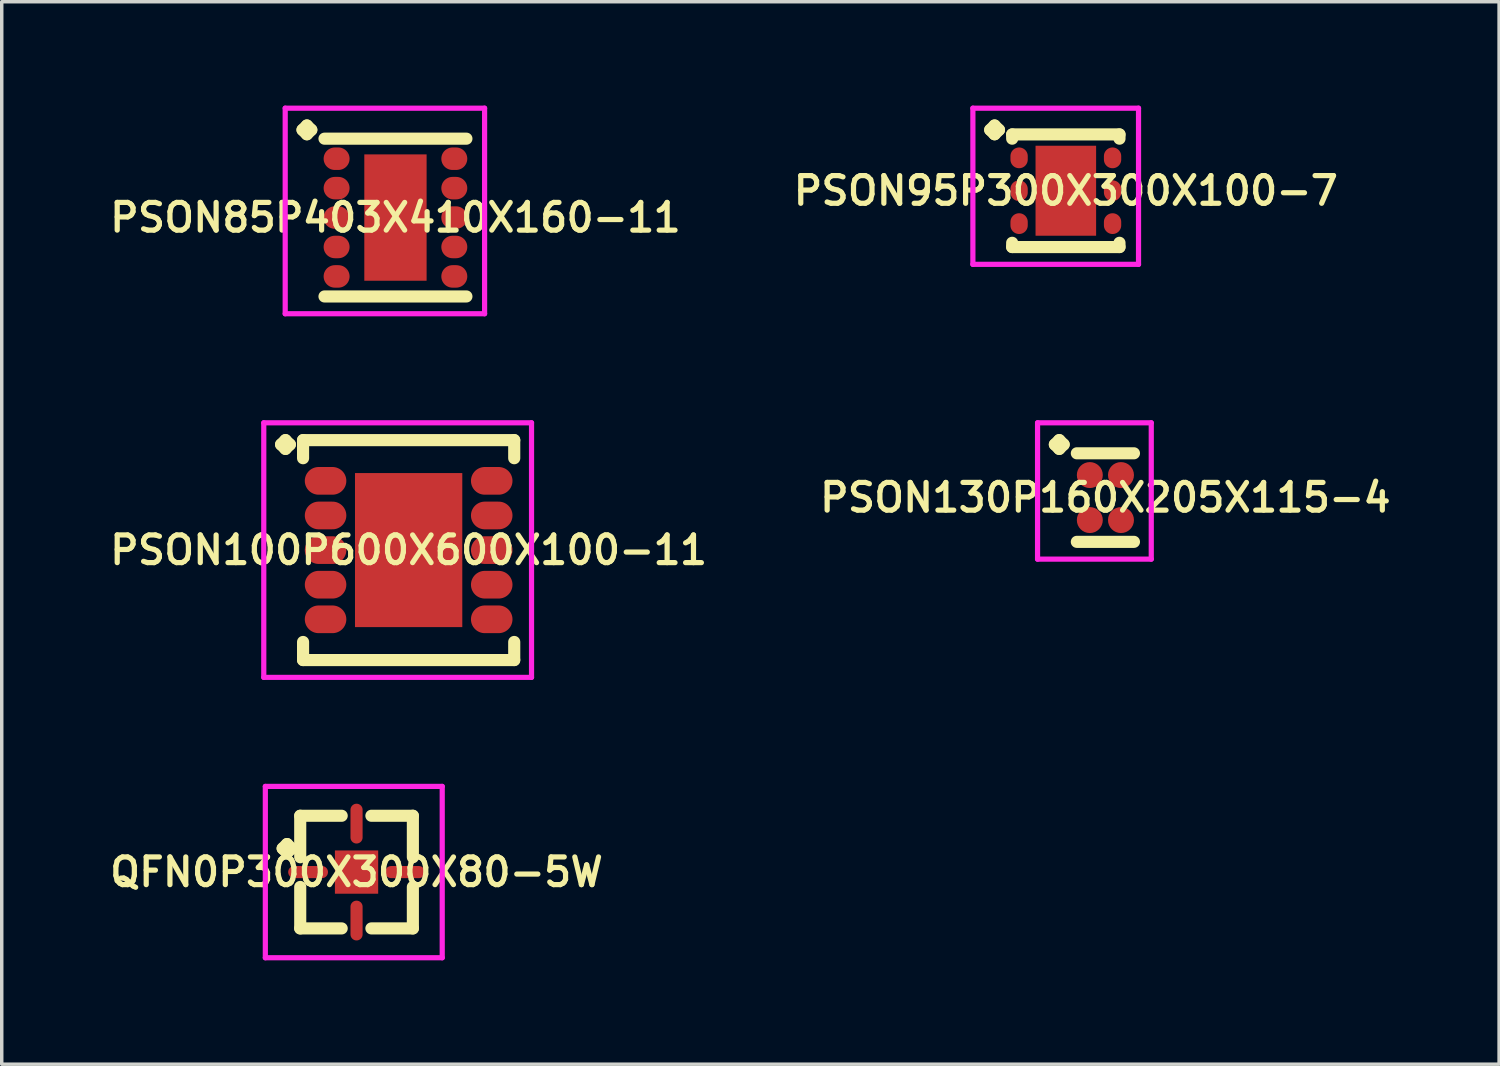
<source format=kicad_pcb>
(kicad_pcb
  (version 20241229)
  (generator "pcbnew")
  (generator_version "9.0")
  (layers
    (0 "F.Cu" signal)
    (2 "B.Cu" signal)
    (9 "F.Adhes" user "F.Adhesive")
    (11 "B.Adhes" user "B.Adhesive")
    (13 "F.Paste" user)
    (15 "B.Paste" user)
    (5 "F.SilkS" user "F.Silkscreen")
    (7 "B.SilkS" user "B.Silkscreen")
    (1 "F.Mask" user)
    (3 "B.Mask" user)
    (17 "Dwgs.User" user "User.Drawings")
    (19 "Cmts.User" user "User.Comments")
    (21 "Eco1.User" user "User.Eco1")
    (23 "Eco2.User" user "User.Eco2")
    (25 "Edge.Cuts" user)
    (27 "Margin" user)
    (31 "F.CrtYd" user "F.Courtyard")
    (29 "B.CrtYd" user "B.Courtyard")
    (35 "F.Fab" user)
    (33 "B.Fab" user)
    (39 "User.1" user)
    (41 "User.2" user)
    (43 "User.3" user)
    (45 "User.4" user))
  (footprint "PSON130P160X205X115-4"
    (layer "F.Cu")
    (at 28.883 11.324)
    (property "Reference" "PSON130P160X205X115-4" (at 0 0 0) (layer "F.SilkS") (effects (font (size 0.8 0.8) (thickness 0.15))))
    (attr smd)
    (fp_line (start -1.46 -1.533) (end -1.333 -1.66) (stroke (width 0.35) (type solid)) (layer "F.SilkS"))
    (fp_line (start -1.333 -1.66) (end -1.206 -1.533) (stroke (width 0.35) (type solid)) (layer "F.SilkS"))
    (fp_line (start -1.333 -1.406) (end -1.46 -1.533) (stroke (width 0.35) (type solid)) (layer "F.SilkS"))
    (fp_line (start -1.206 -1.533) (end -1.333 -1.406) (stroke (width 0.35) (type solid)) (layer "F.SilkS"))
    (fp_line (start -0.825 -1.279) (end 0.825 -1.279) (stroke (width 0.35) (type solid)) (layer "F.SilkS"))
    (fp_line (start -0.825 1.279) (end 0.825 1.279) (stroke (width 0.35) (type solid)) (layer "F.SilkS"))
    (fp_line (start -1.96 -2.16) (end 1.325 -2.16) (stroke (width 0.15) (type solid)) (layer "F.CrtYd"))
    (fp_line (start -1.96 1.779) (end -1.96 -2.16) (stroke (width 0.15) (type solid)) (layer "F.CrtYd"))
    (fp_line (start 1.325 -2.16) (end 1.325 1.779) (stroke (width 0.15) (type solid)) (layer "F.CrtYd"))
    (fp_line (start 1.325 1.779) (end -1.96 1.779) (stroke (width 0.15) (type solid)) (layer "F.CrtYd"))
    (pad "1" smd oval (at -0.45 -0.65) (size 0.75 0.75) (layers "F.Cu" "F.Mask" "F.Paste"))
    (pad "2" smd oval (at -0.45 0.65) (size 0.75 0.75) (layers "F.Cu" "F.Mask" "F.Paste"))
    (pad "3" smd oval (at 0.45 0.65) (size 0.75 0.75) (layers "F.Cu" "F.Mask" "F.Paste"))
    (pad "4" smd oval (at 0.45 -0.65) (size 0.75 0.75) (layers "F.Cu" "F.Mask" "F.Paste")))
  (footprint "QFN0P300X300X80-5W"
    (layer "F.Cu")
    (at 7.25 22.143)
    (property "Reference" "QFN0P300X300X80-5W" (at 0 0 0) (layer "F.SilkS") (effects (font (size 0.8 0.8) (thickness 0.15))))
    (attr smd)
    (fp_line (start -2.135 -0.683) (end -2.008 -0.81) (stroke (width 0.35) (type solid)) (layer "F.SilkS"))
    (fp_line (start -2.008 -0.81) (end -1.881 -0.683) (stroke (width 0.35) (type solid)) (layer "F.SilkS"))
    (fp_line (start -2.008 -0.556) (end -2.135 -0.683) (stroke (width 0.35) (type solid)) (layer "F.SilkS"))
    (fp_line (start -1.881 -0.683) (end -2.008 -0.556) (stroke (width 0.35) (type solid)) (layer "F.SilkS"))
    (fp_line (start -1.627 -1.627) (end -0.429 -1.627) (stroke (width 0.35) (type solid)) (layer "F.SilkS"))
    (fp_line (start -1.627 -0.429) (end -1.627 -1.627) (stroke (width 0.35) (type solid)) (layer "F.SilkS"))
    (fp_line (start -1.627 0.429) (end -1.627 1.627) (stroke (width 0.35) (type solid)) (layer "F.SilkS"))
    (fp_line (start -1.627 1.627) (end -0.429 1.627) (stroke (width 0.35) (type solid)) (layer "F.SilkS"))
    (fp_line (start 0.429 -1.627) (end 1.627 -1.627) (stroke (width 0.35) (type solid)) (layer "F.SilkS"))
    (fp_line (start 0.429 1.627) (end 1.627 1.627) (stroke (width 0.35) (type solid)) (layer "F.SilkS"))
    (fp_line (start 1.627 -1.627) (end 1.627 -0.429) (stroke (width 0.35) (type solid)) (layer "F.SilkS"))
    (fp_line (start 1.627 1.627) (end 1.627 0.429) (stroke (width 0.35) (type solid)) (layer "F.SilkS"))
    (fp_line (start -2.635 -2.475) (end 2.475 -2.475) (stroke (width 0.15) (type solid)) (layer "F.CrtYd"))
    (fp_line (start -2.635 2.475) (end -2.635 -2.475) (stroke (width 0.15) (type solid)) (layer "F.CrtYd"))
    (fp_line (start 2.475 -2.475) (end 2.475 2.475) (stroke (width 0.15) (type solid)) (layer "F.CrtYd"))
    (fp_line (start 2.475 2.475) (end -2.635 2.475) (stroke (width 0.15) (type solid)) (layer "F.CrtYd"))
    (pad "1" smd oval (at -1.4 0) (size 1.15 0.35) (layers "F.Cu" "F.Mask" "F.Paste"))
    (pad "2" smd oval (at 0 1.4) (size 0.35 1.15) (layers "F.Cu" "F.Mask" "F.Paste"))
    (pad "3" smd oval (at 1.4 0) (size 1.15 0.35) (layers "F.Cu" "F.Mask" "F.Paste"))
    (pad "4" smd oval (at 0 -1.4) (size 0.35 1.15) (layers "F.Cu" "F.Mask" "F.Paste"))
    (pad "5" smd rect (at 0 0) (size 1.25 1.25) (layers "F.Cu" "F.Mask" "F.Paste")))
  (footprint "PSON85P403X410X160-11"
    (layer "F.Cu")
    (at 8.374 3.235)
    (property "Reference" "PSON85P403X410X160-11" (at 0 0 0) (layer "F.SilkS") (effects (font (size 0.8 0.8) (thickness 0.15))))
    (attr smd)
    (fp_line (start -2.685 -2.533) (end -2.558 -2.66) (stroke (width 0.35) (type solid)) (layer "F.SilkS"))
    (fp_line (start -2.558 -2.66) (end -2.431 -2.533) (stroke (width 0.35) (type solid)) (layer "F.SilkS"))
    (fp_line (start -2.558 -2.406) (end -2.685 -2.533) (stroke (width 0.35) (type solid)) (layer "F.SilkS"))
    (fp_line (start -2.431 -2.533) (end -2.558 -2.406) (stroke (width 0.35) (type solid)) (layer "F.SilkS"))
    (fp_line (start -2.05 -2.279) (end 2.05 -2.279) (stroke (width 0.35) (type solid)) (layer "F.SilkS"))
    (fp_line (start -2.05 2.279) (end 2.05 2.279) (stroke (width 0.35) (type solid)) (layer "F.SilkS"))
    (fp_line (start -3.185 -3.16) (end 2.575 -3.16) (stroke (width 0.15) (type solid)) (layer "F.CrtYd"))
    (fp_line (start -3.185 2.779) (end -3.185 -3.16) (stroke (width 0.15) (type solid)) (layer "F.CrtYd"))
    (fp_line (start 2.575 -3.16) (end 2.575 2.779) (stroke (width 0.15) (type solid)) (layer "F.CrtYd"))
    (fp_line (start 2.575 2.779) (end -3.185 2.779) (stroke (width 0.15) (type solid)) (layer "F.CrtYd"))
    (pad "1" smd oval (at -1.7 -1.7) (size 0.75 0.65) (layers "F.Cu" "F.Mask" "F.Paste"))
    (pad "2" smd oval (at -1.7 -0.85) (size 0.75 0.65) (layers "F.Cu" "F.Mask" "F.Paste"))
    (pad "3" smd oval (at -1.7 0) (size 0.75 0.65) (layers "F.Cu" "F.Mask" "F.Paste"))
    (pad "4" smd oval (at -1.7 0.85) (size 0.75 0.65) (layers "F.Cu" "F.Mask" "F.Paste"))
    (pad "5" smd oval (at -1.7 1.7) (size 0.75 0.65) (layers "F.Cu" "F.Mask" "F.Paste"))
    (pad "6" smd oval (at 1.7 1.7) (size 0.75 0.65) (layers "F.Cu" "F.Mask" "F.Paste"))
    (pad "7" smd oval (at 1.7 0.85) (size 0.75 0.65) (layers "F.Cu" "F.Mask" "F.Paste"))
    (pad "8" smd oval (at 1.7 0) (size 0.75 0.65) (layers "F.Cu" "F.Mask" "F.Paste"))
    (pad "9" smd oval (at 1.7 -0.85) (size 0.75 0.65) (layers "F.Cu" "F.Mask" "F.Paste"))
    (pad "10" smd oval (at 1.7 -1.7) (size 0.75 0.65) (layers "F.Cu" "F.Mask" "F.Paste"))
    (pad "11" smd rect (at 0 0) (size 1.8 3.65) (layers "F.Cu" "F.Mask" "F.Paste")))
  (footprint "PSON95P300X300X100-7"
    (layer "F.Cu")
    (at 27.74 2.46)
    (property "Reference" "PSON95P300X300X100-7" (at 0 0 0) (layer "F.SilkS") (effects (font (size 0.8 0.8) (thickness 0.15))))
    (attr smd)
    (fp_line (start -2.185 -1.758) (end -2.058 -1.885) (stroke (width 0.35) (type solid)) (layer "F.SilkS"))
    (fp_line (start -2.058 -1.885) (end -1.931 -1.758) (stroke (width 0.35) (type solid)) (layer "F.SilkS"))
    (fp_line (start -2.058 -1.631) (end -2.185 -1.758) (stroke (width 0.35) (type solid)) (layer "F.SilkS"))
    (fp_line (start -1.931 -1.758) (end -2.058 -1.631) (stroke (width 0.35) (type solid)) (layer "F.SilkS"))
    (fp_line (start -1.55 -1.627) (end 1.55 -1.627) (stroke (width 0.35) (type solid)) (layer "F.SilkS"))
    (fp_line (start -1.55 -1.504) (end -1.55 -1.627) (stroke (width 0.35) (type solid)) (layer "F.SilkS"))
    (fp_line (start -1.55 1.504) (end -1.55 1.627) (stroke (width 0.35) (type solid)) (layer "F.SilkS"))
    (fp_line (start -1.55 1.627) (end 1.55 1.627) (stroke (width 0.35) (type solid)) (layer "F.SilkS"))
    (fp_line (start 1.55 -1.627) (end 1.55 -1.504) (stroke (width 0.35) (type solid)) (layer "F.SilkS"))
    (fp_line (start 1.55 1.627) (end 1.55 1.504) (stroke (width 0.35) (type solid)) (layer "F.SilkS"))
    (fp_line (start -2.685 -2.385) (end 2.1 -2.385) (stroke (width 0.15) (type solid)) (layer "F.CrtYd"))
    (fp_line (start -2.685 2.127) (end -2.685 -2.385) (stroke (width 0.15) (type solid)) (layer "F.CrtYd"))
    (fp_line (start 2.1 -2.385) (end 2.1 2.127) (stroke (width 0.15) (type solid)) (layer "F.CrtYd"))
    (fp_line (start 2.1 2.127) (end -2.685 2.127) (stroke (width 0.15) (type solid)) (layer "F.CrtYd"))
    (pad "1" smd oval (at -1.35 -0.95) (size 0.5 0.6) (layers "F.Cu" "F.Mask" "F.Paste"))
    (pad "2" smd oval (at -1.35 0) (size 0.5 0.6) (layers "F.Cu" "F.Mask" "F.Paste"))
    (pad "3" smd oval (at -1.35 0.95) (size 0.5 0.6) (layers "F.Cu" "F.Mask" "F.Paste"))
    (pad "4" smd oval (at 1.35 0.95) (size 0.5 0.6) (layers "F.Cu" "F.Mask" "F.Paste"))
    (pad "5" smd oval (at 1.35 0) (size 0.5 0.6) (layers "F.Cu" "F.Mask" "F.Paste"))
    (pad "6" smd oval (at 1.35 -0.95) (size 0.5 0.6) (layers "F.Cu" "F.Mask" "F.Paste"))
    (pad "7" smd rect (at 0 0) (size 1.75 2.6) (layers "F.Cu" "F.Mask" "F.Paste")))
  (footprint "PSON100P600X600X100-11"
    (layer "F.Cu")
    (at 8.755 12.841)
    (property "Reference" "PSON100P600X600X100-11" (at 0 0 0) (layer "F.SilkS") (effects (font (size 0.8 0.8) (thickness 0.15))))
    (attr through_hole)
    (fp_line (start -3.685 -3.05) (end -3.558 -3.177) (stroke (width 0.35) (type solid)) (layer "F.SilkS"))
    (fp_line (start -3.558 -3.177) (end -3.431 -3.05) (stroke (width 0.35) (type solid)) (layer "F.SilkS"))
    (fp_line (start -3.558 -2.923) (end -3.685 -3.05) (stroke (width 0.35) (type solid)) (layer "F.SilkS"))
    (fp_line (start -3.431 -3.05) (end -3.558 -2.923) (stroke (width 0.35) (type solid)) (layer "F.SilkS"))
    (fp_line (start -3.05 -3.177) (end 3.05 -3.177) (stroke (width 0.35) (type solid)) (layer "F.SilkS"))
    (fp_line (start -3.05 -2.654) (end -3.05 -3.177) (stroke (width 0.35) (type solid)) (layer "F.SilkS"))
    (fp_line (start -3.05 2.654) (end -3.05 3.177) (stroke (width 0.35) (type solid)) (layer "F.SilkS"))
    (fp_line (start -3.05 3.177) (end 3.05 3.177) (stroke (width 0.35) (type solid)) (layer "F.SilkS"))
    (fp_line (start 3.05 -3.177) (end 3.05 -2.654) (stroke (width 0.35) (type solid)) (layer "F.SilkS"))
    (fp_line (start 3.05 3.177) (end 3.05 2.654) (stroke (width 0.35) (type solid)) (layer "F.SilkS"))
    (fp_line (start -4.185 -3.677) (end 3.55 -3.677) (stroke (width 0.15) (type solid)) (layer "F.CrtYd"))
    (fp_line (start -4.185 3.677) (end -4.185 -3.677) (stroke (width 0.15) (type solid)) (layer "F.CrtYd"))
    (fp_line (start 3.55 -3.677) (end 3.55 3.677) (stroke (width 0.15) (type solid)) (layer "F.CrtYd"))
    (fp_line (start 3.55 3.677) (end -4.185 3.677) (stroke (width 0.15) (type solid)) (layer "F.CrtYd"))
    (pad "1" smd oval (at -2.4 -2) (size 1.2 0.8) (layers "F.Cu" "F.Mask" "F.Paste"))
    (pad "2" smd oval (at -2.4 -1) (size 1.2 0.8) (layers "F.Cu" "F.Mask" "F.Paste"))
    (pad "3" smd oval (at -2.4 0) (size 1.2 0.8) (layers "F.Cu" "F.Mask" "F.Paste"))
    (pad "4" smd oval (at -2.4 1) (size 1.2 0.8) (layers "F.Cu" "F.Mask" "F.Paste"))
    (pad "5" smd oval (at -2.4 2) (size 1.2 0.8) (layers "F.Cu" "F.Mask" "F.Paste"))
    (pad "6" smd oval (at 2.4 2) (size 1.2 0.8) (layers "F.Cu" "F.Mask" "F.Paste"))
    (pad "7" smd oval (at 2.4 1) (size 1.2 0.8) (layers "F.Cu" "F.Mask" "F.Paste"))
    (pad "8" smd oval (at 2.4 0) (size 1.2 0.8) (layers "F.Cu" "F.Mask" "F.Paste"))
    (pad "9" smd oval (at 2.4 -1) (size 1.2 0.8) (layers "F.Cu" "F.Mask" "F.Paste"))
    (pad "10" smd oval (at 2.4 -2) (size 1.2 0.8) (layers "F.Cu" "F.Mask" "F.Paste"))
    (pad "11" smd rect (at 0 0) (size 3.1 4.45) (layers "F.Cu" "F.Mask" "F.Paste")))
  (gr_rect
    (start -3 -3)
    (end 40.256 27.693)
    (stroke (width 0.1) (type default))
    (fill no)
    (layer "Edge.Cuts")))
</source>
